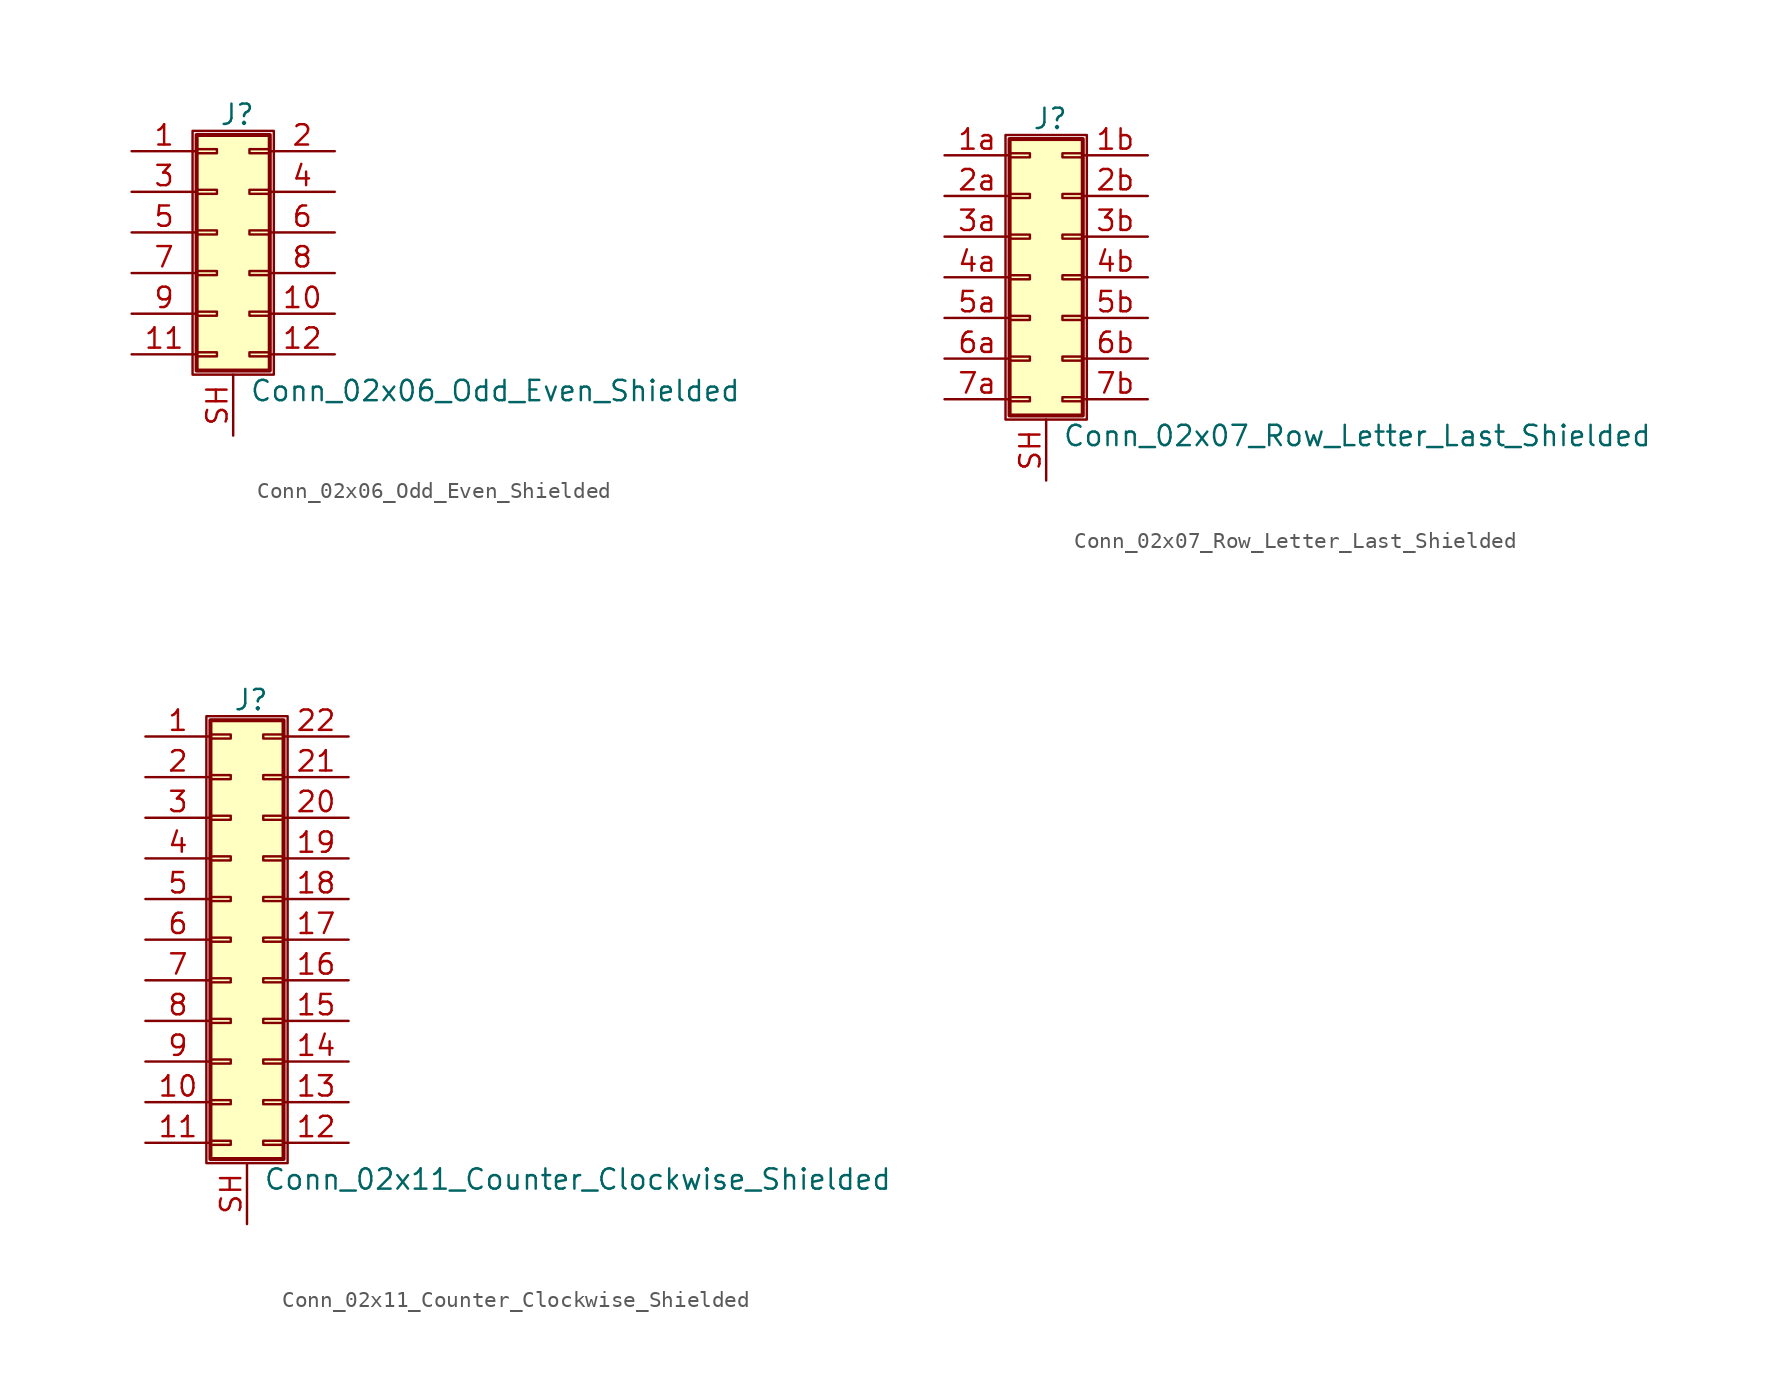
<source format=kicad_sym>
(kicad_symbol_lib
  (version 20201005)
  (generator kicad_symbol_editor)
  (symbol "Conn_02x06_Odd_Even_Shielded"
    (pin_names
      (offset 1.016) hide)
    (property "Reference" "J"
      (at 1.524 7.366 0)
      (effects (font (size 1.27 1.27))))
    (property "Value" "Conn_02x06_Odd_Even_Shielded"
      (at 2.286 -9.906 0)
      (effects (font (size 1.27 1.27)) (justify left)))
    (symbol "Conn_02x06_Odd_Even_Shielded_1_1"
      (rectangle (start -1.27 6.35) (end 3.81 -8.89) (stroke (width 0.152)) (fill (type none)))
      (rectangle (start -1.016 -7.493) (end 0.254 -7.747) (stroke (width 0.152)) (fill (type none)))
      (rectangle (start -1.016 -4.953) (end 0.254 -5.207) (stroke (width 0.152)) (fill (type none)))
      (rectangle (start -1.016 -2.413) (end 0.254 -2.667) (stroke (width 0.152)) (fill (type none)))
      (rectangle (start -1.016 0.127) (end 0.254 -0.127) (stroke (width 0.152)) (fill (type none)))
      (rectangle (start -1.016 2.667) (end 0.254 2.413) (stroke (width 0.152)) (fill (type none)))
      (rectangle (start -1.016 5.207) (end 0.254 4.953) (stroke (width 0.152)) (fill (type none)))
      (rectangle (start 3.556 -7.493) (end 2.286 -7.747) (stroke (width 0.152)) (fill (type none)))
      (rectangle (start 3.556 -4.953) (end 2.286 -5.207) (stroke (width 0.152)) (fill (type none)))
      (rectangle (start 3.556 -2.413) (end 2.286 -2.667) (stroke (width 0.152)) (fill (type none)))
      (rectangle (start 3.556 0.127) (end 2.286 -0.127) (stroke (width 0.152)) (fill (type none)))
      (rectangle (start 3.556 2.667) (end 2.286 2.413) (stroke (width 0.152)) (fill (type none)))
      (rectangle (start 3.556 5.207) (end 2.286 4.953) (stroke (width 0.152)) (fill (type none)))
      (rectangle (start -1.016 6.096) (end 3.556 -8.636) (stroke (width 0.254)) (fill (type background)))
      (pin passive line (at -5.08 5.08 0) (length 4.064) (name "Pin_1" (effects (font (size 1.27 1.27)))) (number "1" (effects (font (size 1.27 1.27)))))
      (pin passive line (at 7.62 -5.08 180) (length 4.064) (name "Pin_10" (effects (font (size 1.27 1.27)))) (number "10" (effects (font (size 1.27 1.27)))))
      (pin passive line (at -5.08 -7.62 0) (length 4.064) (name "Pin_11" (effects (font (size 1.27 1.27)))) (number "11" (effects (font (size 1.27 1.27)))))
      (pin passive line (at 7.62 -7.62 180) (length 4.064) (name "Pin_12" (effects (font (size 1.27 1.27)))) (number "12" (effects (font (size 1.27 1.27)))))
      (pin passive line (at 7.62 5.08 180) (length 4.064) (name "Pin_2" (effects (font (size 1.27 1.27)))) (number "2" (effects (font (size 1.27 1.27)))))
      (pin passive line (at -5.08 2.54 0) (length 4.064) (name "Pin_3" (effects (font (size 1.27 1.27)))) (number "3" (effects (font (size 1.27 1.27)))))
      (pin passive line (at 7.62 2.54 180) (length 4.064) (name "Pin_4" (effects (font (size 1.27 1.27)))) (number "4" (effects (font (size 1.27 1.27)))))
      (pin passive line (at -5.08 0 0) (length 4.064) (name "Pin_5" (effects (font (size 1.27 1.27)))) (number "5" (effects (font (size 1.27 1.27)))))
      (pin passive line (at 7.62 0 180) (length 4.064) (name "Pin_6" (effects (font (size 1.27 1.27)))) (number "6" (effects (font (size 1.27 1.27)))))
      (pin passive line (at -5.08 -2.54 0) (length 4.064) (name "Pin_7" (effects (font (size 1.27 1.27)))) (number "7" (effects (font (size 1.27 1.27)))))
      (pin passive line (at 7.62 -2.54 180) (length 4.064) (name "Pin_8" (effects (font (size 1.27 1.27)))) (number "8" (effects (font (size 1.27 1.27)))))
      (pin passive line (at -5.08 -5.08 0) (length 4.064) (name "Pin_9" (effects (font (size 1.27 1.27)))) (number "9" (effects (font (size 1.27 1.27)))))
      (pin passive line (at 1.27 -12.7 90) (length 3.81) (name "Shield" (effects (font (size 1.27 1.27)))) (number "SH" (effects (font (size 1.27 1.27)))))))
  (symbol "Conn_02x07_Row_Letter_Last_Shielded"
    (pin_names
      (offset 1.016) hide)
    (property "Reference" "J"
      (at 1.524 9.906 0)
      (effects (font (size 1.27 1.27))))
    (property "Value" "Conn_02x07_Row_Letter_Last_Shielded"
      (at 2.286 -9.906 0)
      (effects (font (size 1.27 1.27)) (justify left)))
    (symbol "Conn_02x07_Row_Letter_Last_Shielded_1_1"
      (rectangle (start -1.27 8.89) (end 3.81 -8.89) (stroke (width 0.152)) (fill (type none)))
      (rectangle (start -1.016 -7.493) (end 0.254 -7.747) (stroke (width 0.152)) (fill (type none)))
      (rectangle (start -1.016 -4.953) (end 0.254 -5.207) (stroke (width 0.152)) (fill (type none)))
      (rectangle (start -1.016 -2.413) (end 0.254 -2.667) (stroke (width 0.152)) (fill (type none)))
      (rectangle (start -1.016 0.127) (end 0.254 -0.127) (stroke (width 0.152)) (fill (type none)))
      (rectangle (start -1.016 2.667) (end 0.254 2.413) (stroke (width 0.152)) (fill (type none)))
      (rectangle (start -1.016 5.207) (end 0.254 4.953) (stroke (width 0.152)) (fill (type none)))
      (rectangle (start -1.016 7.747) (end 0.254 7.493) (stroke (width 0.152)) (fill (type none)))
      (rectangle (start 3.556 -7.493) (end 2.286 -7.747) (stroke (width 0.152)) (fill (type none)))
      (rectangle (start 3.556 -4.953) (end 2.286 -5.207) (stroke (width 0.152)) (fill (type none)))
      (rectangle (start 3.556 -2.413) (end 2.286 -2.667) (stroke (width 0.152)) (fill (type none)))
      (rectangle (start 3.556 0.127) (end 2.286 -0.127) (stroke (width 0.152)) (fill (type none)))
      (rectangle (start 3.556 2.667) (end 2.286 2.413) (stroke (width 0.152)) (fill (type none)))
      (rectangle (start 3.556 5.207) (end 2.286 4.953) (stroke (width 0.152)) (fill (type none)))
      (rectangle (start 3.556 7.747) (end 2.286 7.493) (stroke (width 0.152)) (fill (type none)))
      (rectangle (start -1.016 8.636) (end 3.556 -8.636) (stroke (width 0.254)) (fill (type background)))
      (pin passive line (at -5.08 7.62 0) (length 4.064) (name "Pin_1a" (effects (font (size 1.27 1.27)))) (number "1a" (effects (font (size 1.27 1.27)))))
      (pin passive line (at 7.62 7.62 180) (length 4.064) (name "Pin_1b" (effects (font (size 1.27 1.27)))) (number "1b" (effects (font (size 1.27 1.27)))))
      (pin passive line (at -5.08 5.08 0) (length 4.064) (name "Pin_2a" (effects (font (size 1.27 1.27)))) (number "2a" (effects (font (size 1.27 1.27)))))
      (pin passive line (at 7.62 5.08 180) (length 4.064) (name "Pin_2b" (effects (font (size 1.27 1.27)))) (number "2b" (effects (font (size 1.27 1.27)))))
      (pin passive line (at -5.08 2.54 0) (length 4.064) (name "Pin_3a" (effects (font (size 1.27 1.27)))) (number "3a" (effects (font (size 1.27 1.27)))))
      (pin passive line (at 7.62 2.54 180) (length 4.064) (name "Pin_3b" (effects (font (size 1.27 1.27)))) (number "3b" (effects (font (size 1.27 1.27)))))
      (pin passive line (at -5.08 0 0) (length 4.064) (name "Pin_4a" (effects (font (size 1.27 1.27)))) (number "4a" (effects (font (size 1.27 1.27)))))
      (pin passive line (at 7.62 0 180) (length 4.064) (name "Pin_4b" (effects (font (size 1.27 1.27)))) (number "4b" (effects (font (size 1.27 1.27)))))
      (pin passive line (at -5.08 -2.54 0) (length 4.064) (name "Pin_5a" (effects (font (size 1.27 1.27)))) (number "5a" (effects (font (size 1.27 1.27)))))
      (pin passive line (at 7.62 -2.54 180) (length 4.064) (name "Pin_5b" (effects (font (size 1.27 1.27)))) (number "5b" (effects (font (size 1.27 1.27)))))
      (pin passive line (at -5.08 -5.08 0) (length 4.064) (name "Pin_6a" (effects (font (size 1.27 1.27)))) (number "6a" (effects (font (size 1.27 1.27)))))
      (pin passive line (at 7.62 -5.08 180) (length 4.064) (name "Pin_6b" (effects (font (size 1.27 1.27)))) (number "6b" (effects (font (size 1.27 1.27)))))
      (pin passive line (at -5.08 -7.62 0) (length 4.064) (name "Pin_7a" (effects (font (size 1.27 1.27)))) (number "7a" (effects (font (size 1.27 1.27)))))
      (pin passive line (at 7.62 -7.62 180) (length 4.064) (name "Pin_7b" (effects (font (size 1.27 1.27)))) (number "7b" (effects (font (size 1.27 1.27)))))
      (pin passive line (at 1.27 -12.7 90) (length 3.81) (name "Shield" (effects (font (size 1.27 1.27)))) (number "SH" (effects (font (size 1.27 1.27)))))))
  (symbol "Conn_02x11_Counter_Clockwise_Shielded"
    (pin_names
      (offset 1.016) hide)
    (property "Reference" "J"
      (at 1.524 14.986 0)
      (effects (font (size 1.27 1.27))))
    (property "Value" "Conn_02x11_Counter_Clockwise_Shielded"
      (at 2.286 -14.986 0)
      (effects (font (size 1.27 1.27)) (justify left)))
    (symbol "Conn_02x11_Counter_Clockwise_Shielded_1_1"
      (rectangle (start -1.27 13.97) (end 3.81 -13.97) (stroke (width 0.152)) (fill (type none)))
      (rectangle (start -1.016 -12.573) (end 0.254 -12.827) (stroke (width 0.152)) (fill (type none)))
      (rectangle (start -1.016 -10.033) (end 0.254 -10.287) (stroke (width 0.152)) (fill (type none)))
      (rectangle (start -1.016 -7.493) (end 0.254 -7.747) (stroke (width 0.152)) (fill (type none)))
      (rectangle (start -1.016 -4.953) (end 0.254 -5.207) (stroke (width 0.152)) (fill (type none)))
      (rectangle (start -1.016 -2.413) (end 0.254 -2.667) (stroke (width 0.152)) (fill (type none)))
      (rectangle (start -1.016 0.127) (end 0.254 -0.127) (stroke (width 0.152)) (fill (type none)))
      (rectangle (start -1.016 2.667) (end 0.254 2.413) (stroke (width 0.152)) (fill (type none)))
      (rectangle (start -1.016 5.207) (end 0.254 4.953) (stroke (width 0.152)) (fill (type none)))
      (rectangle (start -1.016 7.747) (end 0.254 7.493) (stroke (width 0.152)) (fill (type none)))
      (rectangle (start -1.016 10.287) (end 0.254 10.033) (stroke (width 0.152)) (fill (type none)))
      (rectangle (start -1.016 12.827) (end 0.254 12.573) (stroke (width 0.152)) (fill (type none)))
      (rectangle (start 3.556 -12.573) (end 2.286 -12.827) (stroke (width 0.152)) (fill (type none)))
      (rectangle (start 3.556 -10.033) (end 2.286 -10.287) (stroke (width 0.152)) (fill (type none)))
      (rectangle (start 3.556 -7.493) (end 2.286 -7.747) (stroke (width 0.152)) (fill (type none)))
      (rectangle (start 3.556 -4.953) (end 2.286 -5.207) (stroke (width 0.152)) (fill (type none)))
      (rectangle (start 3.556 -2.413) (end 2.286 -2.667) (stroke (width 0.152)) (fill (type none)))
      (rectangle (start 3.556 0.127) (end 2.286 -0.127) (stroke (width 0.152)) (fill (type none)))
      (rectangle (start 3.556 2.667) (end 2.286 2.413) (stroke (width 0.152)) (fill (type none)))
      (rectangle (start 3.556 5.207) (end 2.286 4.953) (stroke (width 0.152)) (fill (type none)))
      (rectangle (start 3.556 7.747) (end 2.286 7.493) (stroke (width 0.152)) (fill (type none)))
      (rectangle (start 3.556 10.287) (end 2.286 10.033) (stroke (width 0.152)) (fill (type none)))
      (rectangle (start 3.556 12.827) (end 2.286 12.573) (stroke (width 0.152)) (fill (type none)))
      (rectangle (start -1.016 13.716) (end 3.556 -13.716) (stroke (width 0.254)) (fill (type background)))
      (pin passive line (at -5.08 12.7 0) (length 4.064) (name "Pin_1" (effects (font (size 1.27 1.27)))) (number "1" (effects (font (size 1.27 1.27)))))
      (pin passive line (at -5.08 -10.16 0) (length 4.064) (name "Pin_10" (effects (font (size 1.27 1.27)))) (number "10" (effects (font (size 1.27 1.27)))))
      (pin passive line (at -5.08 -12.7 0) (length 4.064) (name "Pin_11" (effects (font (size 1.27 1.27)))) (number "11" (effects (font (size 1.27 1.27)))))
      (pin passive line (at 7.62 -12.7 180) (length 4.064) (name "Pin_12" (effects (font (size 1.27 1.27)))) (number "12" (effects (font (size 1.27 1.27)))))
      (pin passive line (at 7.62 -10.16 180) (length 4.064) (name "Pin_13" (effects (font (size 1.27 1.27)))) (number "13" (effects (font (size 1.27 1.27)))))
      (pin passive line (at 7.62 -7.62 180) (length 4.064) (name "Pin_14" (effects (font (size 1.27 1.27)))) (number "14" (effects (font (size 1.27 1.27)))))
      (pin passive line (at 7.62 -5.08 180) (length 4.064) (name "Pin_15" (effects (font (size 1.27 1.27)))) (number "15" (effects (font (size 1.27 1.27)))))
      (pin passive line (at 7.62 -2.54 180) (length 4.064) (name "Pin_16" (effects (font (size 1.27 1.27)))) (number "16" (effects (font (size 1.27 1.27)))))
      (pin passive line (at 7.62 0 180) (length 4.064) (name "Pin_17" (effects (font (size 1.27 1.27)))) (number "17" (effects (font (size 1.27 1.27)))))
      (pin passive line (at 7.62 2.54 180) (length 4.064) (name "Pin_18" (effects (font (size 1.27 1.27)))) (number "18" (effects (font (size 1.27 1.27)))))
      (pin passive line (at 7.62 5.08 180) (length 4.064) (name "Pin_19" (effects (font (size 1.27 1.27)))) (number "19" (effects (font (size 1.27 1.27)))))
      (pin passive line (at -5.08 10.16 0) (length 4.064) (name "Pin_2" (effects (font (size 1.27 1.27)))) (number "2" (effects (font (size 1.27 1.27)))))
      (pin passive line (at 7.62 7.62 180) (length 4.064) (name "Pin_20" (effects (font (size 1.27 1.27)))) (number "20" (effects (font (size 1.27 1.27)))))
      (pin passive line (at 7.62 10.16 180) (length 4.064) (name "Pin_21" (effects (font (size 1.27 1.27)))) (number "21" (effects (font (size 1.27 1.27)))))
      (pin passive line (at 7.62 12.7 180) (length 4.064) (name "Pin_22" (effects (font (size 1.27 1.27)))) (number "22" (effects (font (size 1.27 1.27)))))
      (pin passive line (at -5.08 7.62 0) (length 4.064) (name "Pin_3" (effects (font (size 1.27 1.27)))) (number "3" (effects (font (size 1.27 1.27)))))
      (pin passive line (at -5.08 5.08 0) (length 4.064) (name "Pin_4" (effects (font (size 1.27 1.27)))) (number "4" (effects (font (size 1.27 1.27)))))
      (pin passive line (at -5.08 2.54 0) (length 4.064) (name "Pin_5" (effects (font (size 1.27 1.27)))) (number "5" (effects (font (size 1.27 1.27)))))
      (pin passive line (at -5.08 0 0) (length 4.064) (name "Pin_6" (effects (font (size 1.27 1.27)))) (number "6" (effects (font (size 1.27 1.27)))))
      (pin passive line (at -5.08 -2.54 0) (length 4.064) (name "Pin_7" (effects (font (size 1.27 1.27)))) (number "7" (effects (font (size 1.27 1.27)))))
      (pin passive line (at -5.08 -5.08 0) (length 4.064) (name "Pin_8" (effects (font (size 1.27 1.27)))) (number "8" (effects (font (size 1.27 1.27)))))
      (pin passive line (at -5.08 -7.62 0) (length 4.064) (name "Pin_9" (effects (font (size 1.27 1.27)))) (number "9" (effects (font (size 1.27 1.27)))))
      (pin passive line (at 1.27 -17.78 90) (length 3.81) (name "Shield" (effects (font (size 1.27 1.27)))) (number "SH" (effects (font (size 1.27 1.27))))))))
</source>
